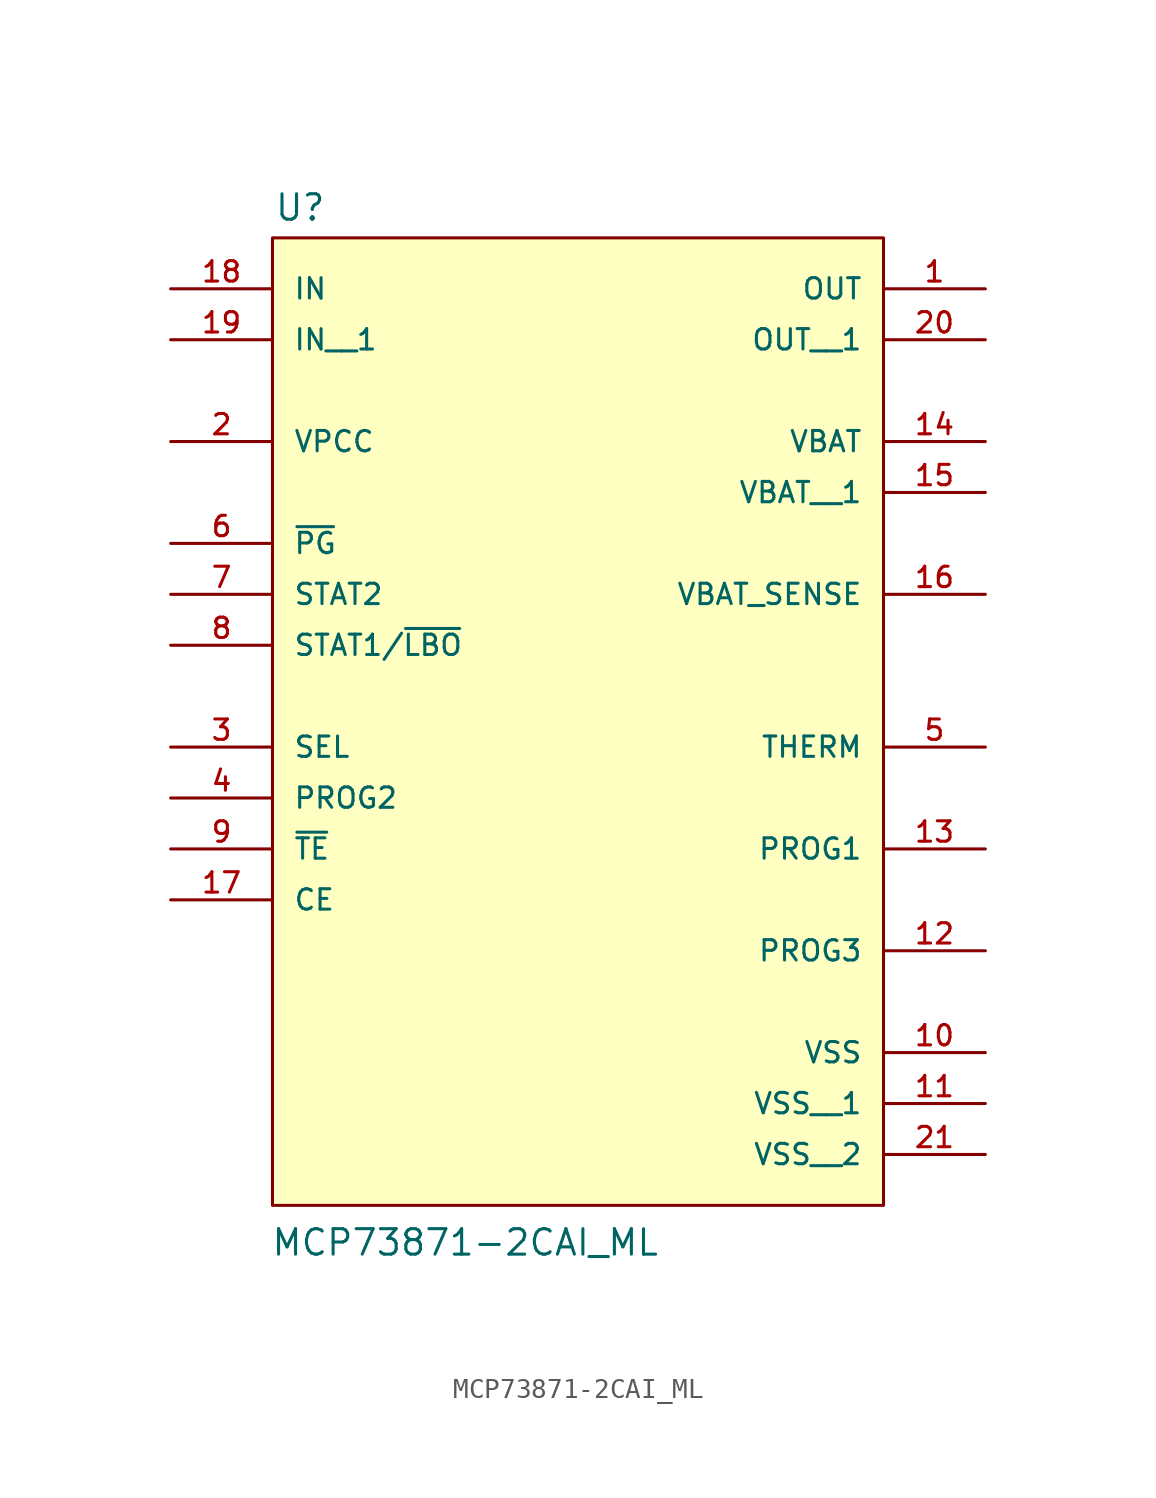
<source format=kicad_sym>
(kicad_symbol_lib
  (version 20211014)
  (generator kicad_symbol_editor)
  (symbol "MCP73871-2CAI_ML"
    (pin_names
      (offset 1.016))
    (property "Reference" "U"
      (at -15.168 18.548 0.0)
      (effects (font (size 1.27 1.27)) (justify bottom left)))
    (property "Value" "MCP73871-2CAI_ML"
      (at -15.339 -33.076 0.0)
      (effects (font (size 1.27 1.27)) (justify bottom left)))
    (symbol "MCP73871-2CAI_ML_0_0"
      (rectangle (start -15.24 -30.48) (end 15.24 17.78) (stroke (width 0.152)) (fill (type background)))
      (pin output line (at 20.32 15.24 180.0) (length 5.08) (name "OUT" (effects (font (size 1.016 1.016)))) (number "1" (effects (font (size 1.016 1.016)))))
      (pin input line (at -20.32 7.62 0) (length 5.08) (name "VPCC" (effects (font (size 1.016 1.016)))) (number "2" (effects (font (size 1.016 1.016)))))
      (pin input line (at -20.32 -7.62 0) (length 5.08) (name "SEL" (effects (font (size 1.016 1.016)))) (number "3" (effects (font (size 1.016 1.016)))))
      (pin input line (at -20.32 -10.16 0) (length 5.08) (name "PROG2" (effects (font (size 1.016 1.016)))) (number "4" (effects (font (size 1.016 1.016)))))
      (pin bidirectional line (at 20.32 -7.62 180.0) (length 5.08) (name "THERM" (effects (font (size 1.016 1.016)))) (number "5" (effects (font (size 1.016 1.016)))))
      (pin output line (at -20.32 2.54 0) (length 5.08) (name "~{PG}" (effects (font (size 1.016 1.016)))) (number "6" (effects (font (size 1.016 1.016)))))
      (pin output line (at -20.32 0.0 0) (length 5.08) (name "STAT2" (effects (font (size 1.016 1.016)))) (number "7" (effects (font (size 1.016 1.016)))))
      (pin output line (at -20.32 -2.54 0) (length 5.08) (name "STAT1/~{LBO}" (effects (font (size 1.016 1.016)))) (number "8" (effects (font (size 1.016 1.016)))))
      (pin input line (at -20.32 -12.7 0) (length 5.08) (name "~{TE}" (effects (font (size 1.016 1.016)))) (number "9" (effects (font (size 1.016 1.016)))))
      (pin power_in line (at 20.32 -22.86 180.0) (length 5.08) (name "VSS" (effects (font (size 1.016 1.016)))) (number "10" (effects (font (size 1.016 1.016)))))
      (pin bidirectional line (at 20.32 -17.78 180.0) (length 5.08) (name "PROG3" (effects (font (size 1.016 1.016)))) (number "12" (effects (font (size 1.016 1.016)))))
      (pin bidirectional line (at 20.32 -12.7 180.0) (length 5.08) (name "PROG1" (effects (font (size 1.016 1.016)))) (number "13" (effects (font (size 1.016 1.016)))))
      (pin bidirectional line (at 20.32 7.62 180.0) (length 5.08) (name "VBAT" (effects (font (size 1.016 1.016)))) (number "14" (effects (font (size 1.016 1.016)))))
      (pin bidirectional line (at 20.32 0.0 180.0) (length 5.08) (name "VBAT_SENSE" (effects (font (size 1.016 1.016)))) (number "16" (effects (font (size 1.016 1.016)))))
      (pin input line (at -20.32 -15.24 0) (length 5.08) (name "CE" (effects (font (size 1.016 1.016)))) (number "17" (effects (font (size 1.016 1.016)))))
      (pin input line (at -20.32 15.24 0) (length 5.08) (name "IN" (effects (font (size 1.016 1.016)))) (number "18" (effects (font (size 1.016 1.016)))))
      (pin input line (at -20.32 12.7 0) (length 5.08) (name "IN__1" (effects (font (size 1.016 1.016)))) (number "19" (effects (font (size 1.016 1.016)))))
      (pin output line (at 20.32 12.7 180.0) (length 5.08) (name "OUT__1" (effects (font (size 1.016 1.016)))) (number "20" (effects (font (size 1.016 1.016)))))
      (pin bidirectional line (at 20.32 5.08 180.0) (length 5.08) (name "VBAT__1" (effects (font (size 1.016 1.016)))) (number "15" (effects (font (size 1.016 1.016)))))
      (pin power_in line (at 20.32 -25.4 180.0) (length 5.08) (name "VSS__1" (effects (font (size 1.016 1.016)))) (number "11" (effects (font (size 1.016 1.016)))))
      (pin power_in line (at 20.32 -27.94 180.0) (length 5.08) (name "VSS__2" (effects (font (size 1.016 1.016)))) (number "21" (effects (font (size 1.016 1.016))))))))
</source>
